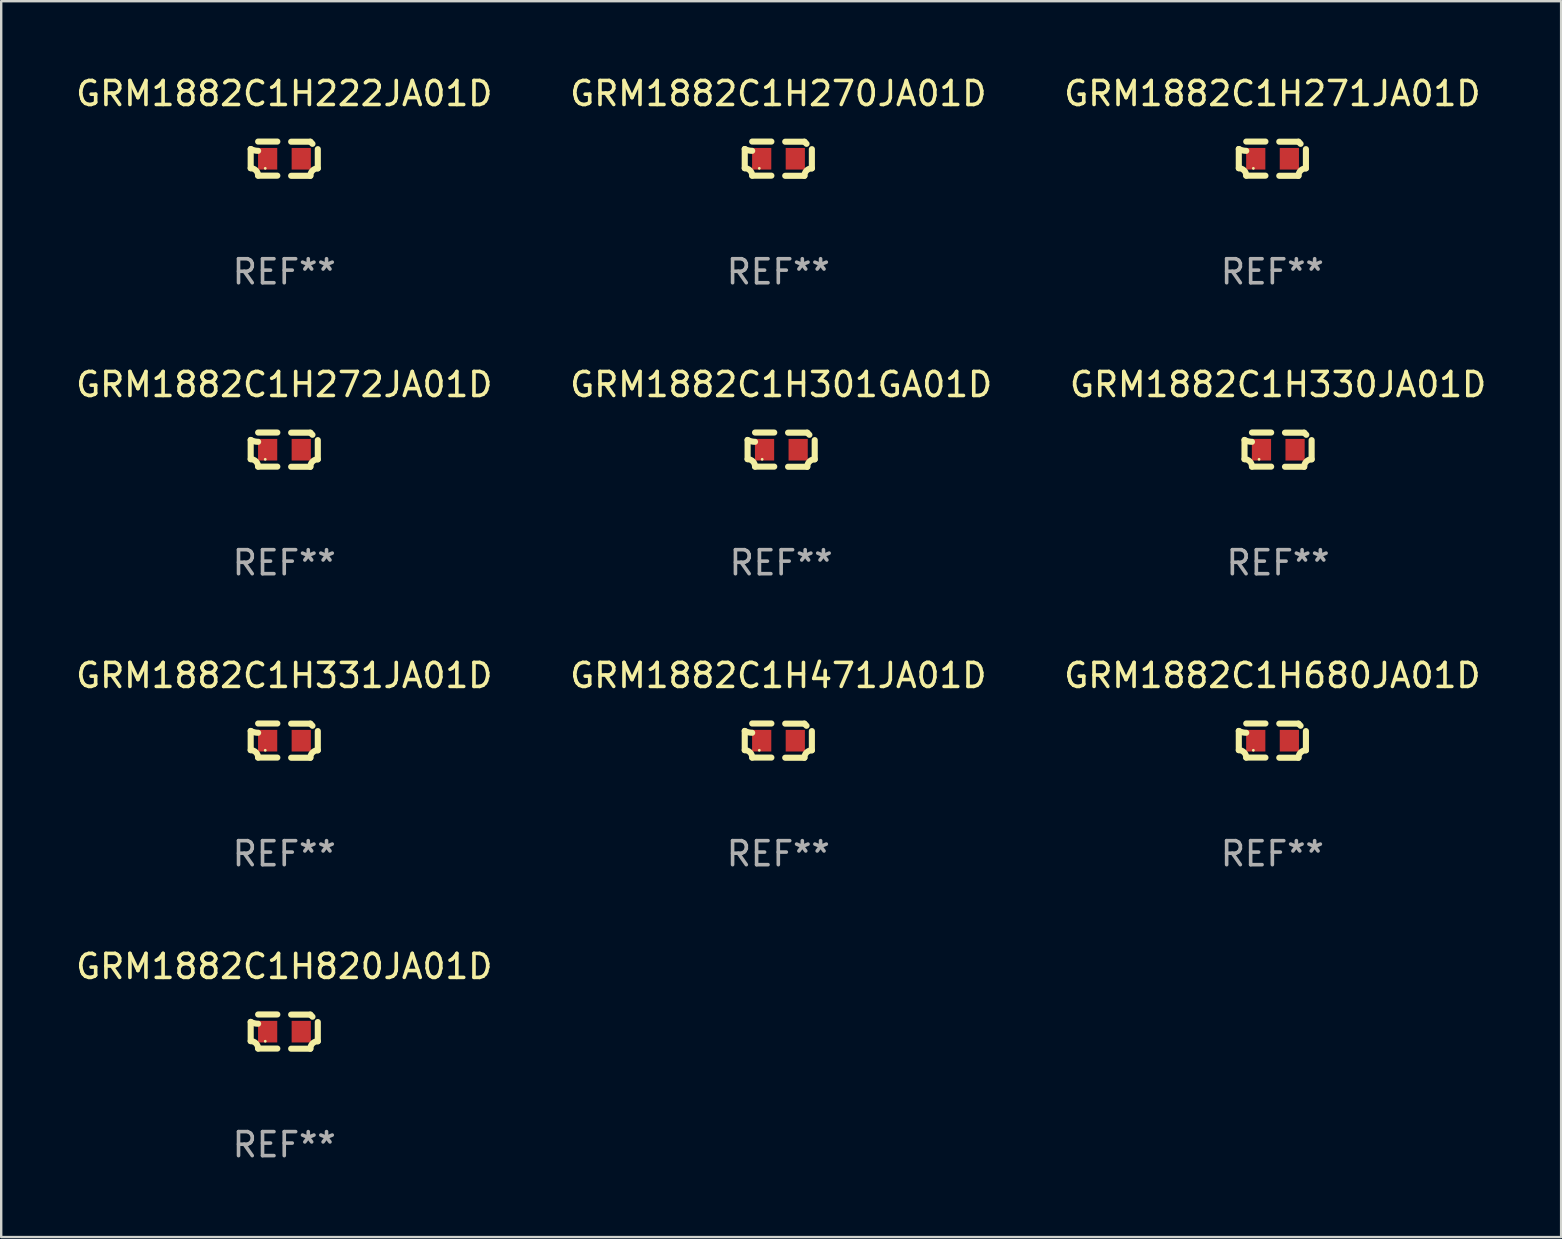
<source format=kicad_pcb>
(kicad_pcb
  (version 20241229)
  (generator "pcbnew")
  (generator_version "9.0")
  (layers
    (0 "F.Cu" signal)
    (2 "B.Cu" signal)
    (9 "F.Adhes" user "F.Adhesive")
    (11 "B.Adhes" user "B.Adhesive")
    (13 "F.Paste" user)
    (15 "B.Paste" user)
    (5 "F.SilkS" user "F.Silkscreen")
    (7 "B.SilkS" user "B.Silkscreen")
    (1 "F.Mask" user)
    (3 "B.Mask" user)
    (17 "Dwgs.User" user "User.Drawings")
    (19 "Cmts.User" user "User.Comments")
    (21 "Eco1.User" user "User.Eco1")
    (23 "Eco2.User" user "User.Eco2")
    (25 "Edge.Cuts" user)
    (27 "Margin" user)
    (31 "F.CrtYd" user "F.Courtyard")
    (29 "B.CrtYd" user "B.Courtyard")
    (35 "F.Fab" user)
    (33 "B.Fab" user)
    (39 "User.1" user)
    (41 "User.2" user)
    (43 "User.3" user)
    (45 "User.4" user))
  (footprint "GRM1882C1H301GA01D"
    (layer "F.Cu")
    (at 29.494 15.683)
    (property "Reference" "GRM1882C1H301GA01D" (at 0 -2.713 0) (layer "F.SilkS") (effects (font (size 1 1) (thickness 0.15))))
    (attr through_hole)
    (fp_line (start -1.398 -0.403) (end -1.398 0.397) (stroke (width 0.254) (type solid)) (layer "F.SilkS"))
    (fp_line (start -0.288 -0.713) (end -1.088 -0.713) (stroke (width 0.254) (type solid)) (layer "F.SilkS"))
    (fp_line (start -0.288 0.707) (end -1.088 0.707) (stroke (width 0.254) (type solid)) (layer "F.SilkS"))
    (fp_line (start 0.288 -0.707) (end 1.088 -0.707) (stroke (width 0.254) (type solid)) (layer "F.SilkS"))
    (fp_line (start 0.288 0.713) (end 1.088 0.713) (stroke (width 0.254) (type solid)) (layer "F.SilkS"))
    (fp_line (start 1.398 -0.397) (end 1.398 0.403) (stroke (width 0.254) (type solid)) (layer "F.SilkS"))
    (fp_arc (start -1.397789 0.397066) (mid -1.178701 0.487826) (end -1.08796 0.706922) (stroke (width 0.254001) (type solid)) (layer "F.SilkS"))
    (fp_arc (start -1.08796 -0.327176) (mid -1.247436 -0.346384) (end -1.39779 -0.402908) (stroke (width 0.254001) (type solid)) (layer "F.SilkS"))
    (fp_arc (start 1.087909 0.712738) (mid 1.178656 0.493655) (end 1.397739 0.402908) (stroke (width 0.254001) (type solid)) (layer "F.SilkS"))
    (fp_arc (start 1.175925 -0.618926) (mid 1.131917 -0.662923) (end 1.08791 -0.706922) (stroke (width 0.254001) (type solid)) (layer "F.SilkS"))
    (fp_circle (center -0.792 0.403) (end -0.762 0.403) (stroke (width 0.06) (type solid)) (fill no) (layer "F.SilkS"))
    (fp_text user "REF**" (at 0 4.713 0) (layer "F.Fab") (effects (font (size 1 1) (thickness 0.15))))
    (pad "1" smd rect (at -0.692 0.003) (size 0.8 0.9) (layers "F.Cu" "F.Mask" "F.Paste"))
    (pad "2" smd rect (at 0.708 0.003) (size 0.8 0.9) (layers "F.Cu" "F.Mask" "F.Paste")))
  (footprint "GRM1882C1H471JA01D"
    (layer "F.Cu")
    (at 29.375 27.805)
    (property "Reference" "GRM1882C1H471JA01D" (at 0 -2.713 0) (layer "F.SilkS") (effects (font (size 1 1) (thickness 0.15))))
    (attr through_hole)
    (fp_line (start -1.398 -0.403) (end -1.398 0.397) (stroke (width 0.254) (type solid)) (layer "F.SilkS"))
    (fp_line (start -0.288 -0.713) (end -1.088 -0.713) (stroke (width 0.254) (type solid)) (layer "F.SilkS"))
    (fp_line (start -0.288 0.707) (end -1.088 0.707) (stroke (width 0.254) (type solid)) (layer "F.SilkS"))
    (fp_line (start 0.288 -0.707) (end 1.088 -0.707) (stroke (width 0.254) (type solid)) (layer "F.SilkS"))
    (fp_line (start 0.288 0.713) (end 1.088 0.713) (stroke (width 0.254) (type solid)) (layer "F.SilkS"))
    (fp_line (start 1.398 -0.397) (end 1.398 0.403) (stroke (width 0.254) (type solid)) (layer "F.SilkS"))
    (fp_arc (start -1.397789 0.397066) (mid -1.178701 0.487826) (end -1.08796 0.706922) (stroke (width 0.254001) (type solid)) (layer "F.SilkS"))
    (fp_arc (start -1.08796 -0.327176) (mid -1.247436 -0.346384) (end -1.39779 -0.402908) (stroke (width 0.254001) (type solid)) (layer "F.SilkS"))
    (fp_arc (start 1.087909 0.712738) (mid 1.178656 0.493655) (end 1.397739 0.402908) (stroke (width 0.254001) (type solid)) (layer "F.SilkS"))
    (fp_arc (start 1.175925 -0.618926) (mid 1.131917 -0.662923) (end 1.08791 -0.706922) (stroke (width 0.254001) (type solid)) (layer "F.SilkS"))
    (fp_circle (center -0.792 0.403) (end -0.762 0.403) (stroke (width 0.06) (type solid)) (fill no) (layer "F.SilkS"))
    (fp_text user "REF**" (at 0 4.713 0) (layer "F.Fab") (effects (font (size 1 1) (thickness 0.15))))
    (pad "1" smd rect (at -0.692 0.003) (size 0.8 0.9) (layers "F.Cu" "F.Mask" "F.Paste"))
    (pad "2" smd rect (at 0.708 0.003) (size 0.8 0.9) (layers "F.Cu" "F.Mask" "F.Paste")))
  (footprint "GRM1882C1H330JA01D"
    (layer "F.Cu")
    (at 50.196 15.683)
    (property "Reference" "GRM1882C1H330JA01D" (at 0 -2.713 0) (layer "F.SilkS") (effects (font (size 1 1) (thickness 0.15))))
    (attr through_hole)
    (fp_line (start -1.398 -0.403) (end -1.398 0.397) (stroke (width 0.254) (type solid)) (layer "F.SilkS"))
    (fp_line (start -0.288 -0.713) (end -1.088 -0.713) (stroke (width 0.254) (type solid)) (layer "F.SilkS"))
    (fp_line (start -0.288 0.707) (end -1.088 0.707) (stroke (width 0.254) (type solid)) (layer "F.SilkS"))
    (fp_line (start 0.288 -0.707) (end 1.088 -0.707) (stroke (width 0.254) (type solid)) (layer "F.SilkS"))
    (fp_line (start 0.288 0.713) (end 1.088 0.713) (stroke (width 0.254) (type solid)) (layer "F.SilkS"))
    (fp_line (start 1.398 -0.397) (end 1.398 0.403) (stroke (width 0.254) (type solid)) (layer "F.SilkS"))
    (fp_arc (start -1.397789 0.397066) (mid -1.178701 0.487826) (end -1.08796 0.706922) (stroke (width 0.254001) (type solid)) (layer "F.SilkS"))
    (fp_arc (start -1.08796 -0.327176) (mid -1.247436 -0.346384) (end -1.39779 -0.402908) (stroke (width 0.254001) (type solid)) (layer "F.SilkS"))
    (fp_arc (start 1.087909 0.712738) (mid 1.178656 0.493655) (end 1.397739 0.402908) (stroke (width 0.254001) (type solid)) (layer "F.SilkS"))
    (fp_arc (start 1.175925 -0.618926) (mid 1.131917 -0.662923) (end 1.08791 -0.706922) (stroke (width 0.254001) (type solid)) (layer "F.SilkS"))
    (fp_circle (center -0.792 0.403) (end -0.762 0.403) (stroke (width 0.06) (type solid)) (fill no) (layer "F.SilkS"))
    (fp_text user "REF**" (at 0 4.713 0) (layer "F.Fab") (effects (font (size 1 1) (thickness 0.15))))
    (pad "1" smd rect (at -0.692 0.003) (size 0.8 0.9) (layers "F.Cu" "F.Mask" "F.Paste"))
    (pad "2" smd rect (at 0.708 0.003) (size 0.8 0.9) (layers "F.Cu" "F.Mask" "F.Paste")))
  (footprint "GRM1882C1H222JA01D"
    (layer "F.Cu")
    (at 8.792 3.561)
    (property "Reference" "GRM1882C1H222JA01D" (at 0 -2.713 0) (layer "F.SilkS") (effects (font (size 1 1) (thickness 0.15))))
    (attr through_hole)
    (fp_line (start -1.398 -0.403) (end -1.398 0.397) (stroke (width 0.254) (type solid)) (layer "F.SilkS"))
    (fp_line (start -0.288 -0.713) (end -1.088 -0.713) (stroke (width 0.254) (type solid)) (layer "F.SilkS"))
    (fp_line (start -0.288 0.707) (end -1.088 0.707) (stroke (width 0.254) (type solid)) (layer "F.SilkS"))
    (fp_line (start 0.288 -0.707) (end 1.088 -0.707) (stroke (width 0.254) (type solid)) (layer "F.SilkS"))
    (fp_line (start 0.288 0.713) (end 1.088 0.713) (stroke (width 0.254) (type solid)) (layer "F.SilkS"))
    (fp_line (start 1.398 -0.397) (end 1.398 0.403) (stroke (width 0.254) (type solid)) (layer "F.SilkS"))
    (fp_arc (start -1.397789 0.397066) (mid -1.178701 0.487826) (end -1.08796 0.706922) (stroke (width 0.254001) (type solid)) (layer "F.SilkS"))
    (fp_arc (start -1.08796 -0.327176) (mid -1.247436 -0.346384) (end -1.39779 -0.402908) (stroke (width 0.254001) (type solid)) (layer "F.SilkS"))
    (fp_arc (start 1.087909 0.712738) (mid 1.178656 0.493655) (end 1.397739 0.402908) (stroke (width 0.254001) (type solid)) (layer "F.SilkS"))
    (fp_arc (start 1.175925 -0.618926) (mid 1.131917 -0.662923) (end 1.08791 -0.706922) (stroke (width 0.254001) (type solid)) (layer "F.SilkS"))
    (fp_circle (center -0.792 0.403) (end -0.762 0.403) (stroke (width 0.06) (type solid)) (fill no) (layer "F.SilkS"))
    (fp_text user "REF**" (at 0 4.713 0) (layer "F.Fab") (effects (font (size 1 1) (thickness 0.15))))
    (pad "1" smd rect (at -0.692 0.003) (size 0.8 0.9) (layers "F.Cu" "F.Mask" "F.Paste"))
    (pad "2" smd rect (at 0.708 0.003) (size 0.8 0.9) (layers "F.Cu" "F.Mask" "F.Paste")))
  (footprint "GRM1882C1H680JA01D"
    (layer "F.Cu")
    (at 49.958 27.805)
    (property "Reference" "GRM1882C1H680JA01D" (at 0 -2.713 0) (layer "F.SilkS") (effects (font (size 1 1) (thickness 0.15))))
    (attr through_hole)
    (fp_line (start -1.398 -0.403) (end -1.398 0.397) (stroke (width 0.254) (type solid)) (layer "F.SilkS"))
    (fp_line (start -0.288 -0.713) (end -1.088 -0.713) (stroke (width 0.254) (type solid)) (layer "F.SilkS"))
    (fp_line (start -0.288 0.707) (end -1.088 0.707) (stroke (width 0.254) (type solid)) (layer "F.SilkS"))
    (fp_line (start 0.288 -0.707) (end 1.088 -0.707) (stroke (width 0.254) (type solid)) (layer "F.SilkS"))
    (fp_line (start 0.288 0.713) (end 1.088 0.713) (stroke (width 0.254) (type solid)) (layer "F.SilkS"))
    (fp_line (start 1.398 -0.397) (end 1.398 0.403) (stroke (width 0.254) (type solid)) (layer "F.SilkS"))
    (fp_arc (start -1.397789 0.397066) (mid -1.178701 0.487826) (end -1.08796 0.706922) (stroke (width 0.254001) (type solid)) (layer "F.SilkS"))
    (fp_arc (start -1.08796 -0.327176) (mid -1.247436 -0.346384) (end -1.39779 -0.402908) (stroke (width 0.254001) (type solid)) (layer "F.SilkS"))
    (fp_arc (start 1.087909 0.712738) (mid 1.178656 0.493655) (end 1.397739 0.402908) (stroke (width 0.254001) (type solid)) (layer "F.SilkS"))
    (fp_arc (start 1.175925 -0.618926) (mid 1.131917 -0.662923) (end 1.08791 -0.706922) (stroke (width 0.254001) (type solid)) (layer "F.SilkS"))
    (fp_circle (center -0.792 0.403) (end -0.762 0.403) (stroke (width 0.06) (type solid)) (fill no) (layer "F.SilkS"))
    (fp_text user "REF**" (at 0 4.713 0) (layer "F.Fab") (effects (font (size 1 1) (thickness 0.15))))
    (pad "1" smd rect (at -0.692 0.003) (size 0.8 0.9) (layers "F.Cu" "F.Mask" "F.Paste"))
    (pad "2" smd rect (at 0.708 0.003) (size 0.8 0.9) (layers "F.Cu" "F.Mask" "F.Paste")))
  (footprint "GRM1882C1H272JA01D"
    (layer "F.Cu")
    (at 8.792 15.683)
    (property "Reference" "GRM1882C1H272JA01D" (at 0 -2.713 0) (layer "F.SilkS") (effects (font (size 1 1) (thickness 0.15))))
    (attr through_hole)
    (fp_line (start -1.398 -0.403) (end -1.398 0.397) (stroke (width 0.254) (type solid)) (layer "F.SilkS"))
    (fp_line (start -0.288 -0.713) (end -1.088 -0.713) (stroke (width 0.254) (type solid)) (layer "F.SilkS"))
    (fp_line (start -0.288 0.707) (end -1.088 0.707) (stroke (width 0.254) (type solid)) (layer "F.SilkS"))
    (fp_line (start 0.288 -0.707) (end 1.088 -0.707) (stroke (width 0.254) (type solid)) (layer "F.SilkS"))
    (fp_line (start 0.288 0.713) (end 1.088 0.713) (stroke (width 0.254) (type solid)) (layer "F.SilkS"))
    (fp_line (start 1.398 -0.397) (end 1.398 0.403) (stroke (width 0.254) (type solid)) (layer "F.SilkS"))
    (fp_arc (start -1.397789 0.397066) (mid -1.178701 0.487826) (end -1.08796 0.706922) (stroke (width 0.254001) (type solid)) (layer "F.SilkS"))
    (fp_arc (start -1.08796 -0.327176) (mid -1.247436 -0.346384) (end -1.39779 -0.402908) (stroke (width 0.254001) (type solid)) (layer "F.SilkS"))
    (fp_arc (start 1.087909 0.712738) (mid 1.178656 0.493655) (end 1.397739 0.402908) (stroke (width 0.254001) (type solid)) (layer "F.SilkS"))
    (fp_arc (start 1.175925 -0.618926) (mid 1.131917 -0.662923) (end 1.08791 -0.706922) (stroke (width 0.254001) (type solid)) (layer "F.SilkS"))
    (fp_circle (center -0.792 0.403) (end -0.762 0.403) (stroke (width 0.06) (type solid)) (fill no) (layer "F.SilkS"))
    (fp_text user "REF**" (at 0 4.713 0) (layer "F.Fab") (effects (font (size 1 1) (thickness 0.15))))
    (pad "1" smd rect (at -0.692 0.003) (size 0.8 0.9) (layers "F.Cu" "F.Mask" "F.Paste"))
    (pad "2" smd rect (at 0.708 0.003) (size 0.8 0.9) (layers "F.Cu" "F.Mask" "F.Paste")))
  (footprint "GRM1882C1H270JA01D"
    (layer "F.Cu")
    (at 29.375 3.561)
    (property "Reference" "GRM1882C1H270JA01D" (at 0 -2.713 0) (layer "F.SilkS") (effects (font (size 1 1) (thickness 0.15))))
    (attr through_hole)
    (fp_line (start -1.398 -0.403) (end -1.398 0.397) (stroke (width 0.254) (type solid)) (layer "F.SilkS"))
    (fp_line (start -0.288 -0.713) (end -1.088 -0.713) (stroke (width 0.254) (type solid)) (layer "F.SilkS"))
    (fp_line (start -0.288 0.707) (end -1.088 0.707) (stroke (width 0.254) (type solid)) (layer "F.SilkS"))
    (fp_line (start 0.288 -0.707) (end 1.088 -0.707) (stroke (width 0.254) (type solid)) (layer "F.SilkS"))
    (fp_line (start 0.288 0.713) (end 1.088 0.713) (stroke (width 0.254) (type solid)) (layer "F.SilkS"))
    (fp_line (start 1.398 -0.397) (end 1.398 0.403) (stroke (width 0.254) (type solid)) (layer "F.SilkS"))
    (fp_arc (start -1.397789 0.397066) (mid -1.178701 0.487826) (end -1.08796 0.706922) (stroke (width 0.254001) (type solid)) (layer "F.SilkS"))
    (fp_arc (start -1.08796 -0.327176) (mid -1.247436 -0.346384) (end -1.39779 -0.402908) (stroke (width 0.254001) (type solid)) (layer "F.SilkS"))
    (fp_arc (start 1.087909 0.712738) (mid 1.178656 0.493655) (end 1.397739 0.402908) (stroke (width 0.254001) (type solid)) (layer "F.SilkS"))
    (fp_arc (start 1.175925 -0.618926) (mid 1.131917 -0.662923) (end 1.08791 -0.706922) (stroke (width 0.254001) (type solid)) (layer "F.SilkS"))
    (fp_circle (center -0.792 0.403) (end -0.762 0.403) (stroke (width 0.06) (type solid)) (fill no) (layer "F.SilkS"))
    (fp_text user "REF**" (at 0 4.713 0) (layer "F.Fab") (effects (font (size 1 1) (thickness 0.15))))
    (pad "1" smd rect (at -0.692 0.003) (size 0.8 0.9) (layers "F.Cu" "F.Mask" "F.Paste"))
    (pad "2" smd rect (at 0.708 0.003) (size 0.8 0.9) (layers "F.Cu" "F.Mask" "F.Paste")))
  (footprint "GRM1882C1H331JA01D"
    (layer "F.Cu")
    (at 8.792 27.805)
    (property "Reference" "GRM1882C1H331JA01D" (at 0 -2.713 0) (layer "F.SilkS") (effects (font (size 1 1) (thickness 0.15))))
    (attr through_hole)
    (fp_line (start -1.398 -0.403) (end -1.398 0.397) (stroke (width 0.254) (type solid)) (layer "F.SilkS"))
    (fp_line (start -0.288 -0.713) (end -1.088 -0.713) (stroke (width 0.254) (type solid)) (layer "F.SilkS"))
    (fp_line (start -0.288 0.707) (end -1.088 0.707) (stroke (width 0.254) (type solid)) (layer "F.SilkS"))
    (fp_line (start 0.288 -0.707) (end 1.088 -0.707) (stroke (width 0.254) (type solid)) (layer "F.SilkS"))
    (fp_line (start 0.288 0.713) (end 1.088 0.713) (stroke (width 0.254) (type solid)) (layer "F.SilkS"))
    (fp_line (start 1.398 -0.397) (end 1.398 0.403) (stroke (width 0.254) (type solid)) (layer "F.SilkS"))
    (fp_arc (start -1.397789 0.397066) (mid -1.178701 0.487826) (end -1.08796 0.706922) (stroke (width 0.254001) (type solid)) (layer "F.SilkS"))
    (fp_arc (start -1.08796 -0.327176) (mid -1.247436 -0.346384) (end -1.39779 -0.402908) (stroke (width 0.254001) (type solid)) (layer "F.SilkS"))
    (fp_arc (start 1.087909 0.712738) (mid 1.178656 0.493655) (end 1.397739 0.402908) (stroke (width 0.254001) (type solid)) (layer "F.SilkS"))
    (fp_arc (start 1.175925 -0.618926) (mid 1.131917 -0.662923) (end 1.08791 -0.706922) (stroke (width 0.254001) (type solid)) (layer "F.SilkS"))
    (fp_circle (center -0.792 0.403) (end -0.762 0.403) (stroke (width 0.06) (type solid)) (fill no) (layer "F.SilkS"))
    (fp_text user "REF**" (at 0 4.713 0) (layer "F.Fab") (effects (font (size 1 1) (thickness 0.15))))
    (pad "1" smd rect (at -0.692 0.003) (size 0.8 0.9) (layers "F.Cu" "F.Mask" "F.Paste"))
    (pad "2" smd rect (at 0.708 0.003) (size 0.8 0.9) (layers "F.Cu" "F.Mask" "F.Paste")))
  (footprint "GRM1882C1H271JA01D"
    (layer "F.Cu")
    (at 49.958 3.561)
    (property "Reference" "GRM1882C1H271JA01D" (at 0 -2.713 0) (layer "F.SilkS") (effects (font (size 1 1) (thickness 0.15))))
    (attr through_hole)
    (fp_line (start -1.398 -0.403) (end -1.398 0.397) (stroke (width 0.254) (type solid)) (layer "F.SilkS"))
    (fp_line (start -0.288 -0.713) (end -1.088 -0.713) (stroke (width 0.254) (type solid)) (layer "F.SilkS"))
    (fp_line (start -0.288 0.707) (end -1.088 0.707) (stroke (width 0.254) (type solid)) (layer "F.SilkS"))
    (fp_line (start 0.288 -0.707) (end 1.088 -0.707) (stroke (width 0.254) (type solid)) (layer "F.SilkS"))
    (fp_line (start 0.288 0.713) (end 1.088 0.713) (stroke (width 0.254) (type solid)) (layer "F.SilkS"))
    (fp_line (start 1.398 -0.397) (end 1.398 0.403) (stroke (width 0.254) (type solid)) (layer "F.SilkS"))
    (fp_arc (start -1.397789 0.397066) (mid -1.178701 0.487826) (end -1.08796 0.706922) (stroke (width 0.254001) (type solid)) (layer "F.SilkS"))
    (fp_arc (start -1.08796 -0.327176) (mid -1.247436 -0.346384) (end -1.39779 -0.402908) (stroke (width 0.254001) (type solid)) (layer "F.SilkS"))
    (fp_arc (start 1.087909 0.712738) (mid 1.178656 0.493655) (end 1.397739 0.402908) (stroke (width 0.254001) (type solid)) (layer "F.SilkS"))
    (fp_arc (start 1.175925 -0.618926) (mid 1.131917 -0.662923) (end 1.08791 -0.706922) (stroke (width 0.254001) (type solid)) (layer "F.SilkS"))
    (fp_circle (center -0.792 0.403) (end -0.762 0.403) (stroke (width 0.06) (type solid)) (fill no) (layer "F.SilkS"))
    (fp_text user "REF**" (at 0 4.713 0) (layer "F.Fab") (effects (font (size 1 1) (thickness 0.15))))
    (pad "1" smd rect (at -0.692 0.003) (size 0.8 0.9) (layers "F.Cu" "F.Mask" "F.Paste"))
    (pad "2" smd rect (at 0.708 0.003) (size 0.8 0.9) (layers "F.Cu" "F.Mask" "F.Paste")))
  (footprint "GRM1882C1H820JA01D"
    (layer "F.Cu")
    (at 8.792 39.927)
    (property "Reference" "GRM1882C1H820JA01D" (at 0 -2.713 0) (layer "F.SilkS") (effects (font (size 1 1) (thickness 0.15))))
    (attr through_hole)
    (fp_line (start -1.398 -0.403) (end -1.398 0.397) (stroke (width 0.254) (type solid)) (layer "F.SilkS"))
    (fp_line (start -0.288 -0.713) (end -1.088 -0.713) (stroke (width 0.254) (type solid)) (layer "F.SilkS"))
    (fp_line (start -0.288 0.707) (end -1.088 0.707) (stroke (width 0.254) (type solid)) (layer "F.SilkS"))
    (fp_line (start 0.288 -0.707) (end 1.088 -0.707) (stroke (width 0.254) (type solid)) (layer "F.SilkS"))
    (fp_line (start 0.288 0.713) (end 1.088 0.713) (stroke (width 0.254) (type solid)) (layer "F.SilkS"))
    (fp_line (start 1.398 -0.397) (end 1.398 0.403) (stroke (width 0.254) (type solid)) (layer "F.SilkS"))
    (fp_arc (start -1.397789 0.397066) (mid -1.178701 0.487826) (end -1.08796 0.706922) (stroke (width 0.254001) (type solid)) (layer "F.SilkS"))
    (fp_arc (start -1.08796 -0.327176) (mid -1.247436 -0.346384) (end -1.39779 -0.402908) (stroke (width 0.254001) (type solid)) (layer "F.SilkS"))
    (fp_arc (start 1.087909 0.712738) (mid 1.178656 0.493655) (end 1.397739 0.402908) (stroke (width 0.254001) (type solid)) (layer "F.SilkS"))
    (fp_arc (start 1.175925 -0.618926) (mid 1.131917 -0.662923) (end 1.08791 -0.706922) (stroke (width 0.254001) (type solid)) (layer "F.SilkS"))
    (fp_circle (center -0.792 0.403) (end -0.762 0.403) (stroke (width 0.06) (type solid)) (fill no) (layer "F.SilkS"))
    (fp_text user "REF**" (at 0 4.713 0) (layer "F.Fab") (effects (font (size 1 1) (thickness 0.15))))
    (pad "1" smd rect (at -0.692 0.003) (size 0.8 0.9) (layers "F.Cu" "F.Mask" "F.Paste"))
    (pad "2" smd rect (at 0.708 0.003) (size 0.8 0.9) (layers "F.Cu" "F.Mask" "F.Paste")))
  (gr_rect
    (start -3 -3)
    (end 61.988 48.488)
    (stroke (width 0.1) (type default))
    (fill no)
    (layer "Edge.Cuts")))
</source>
